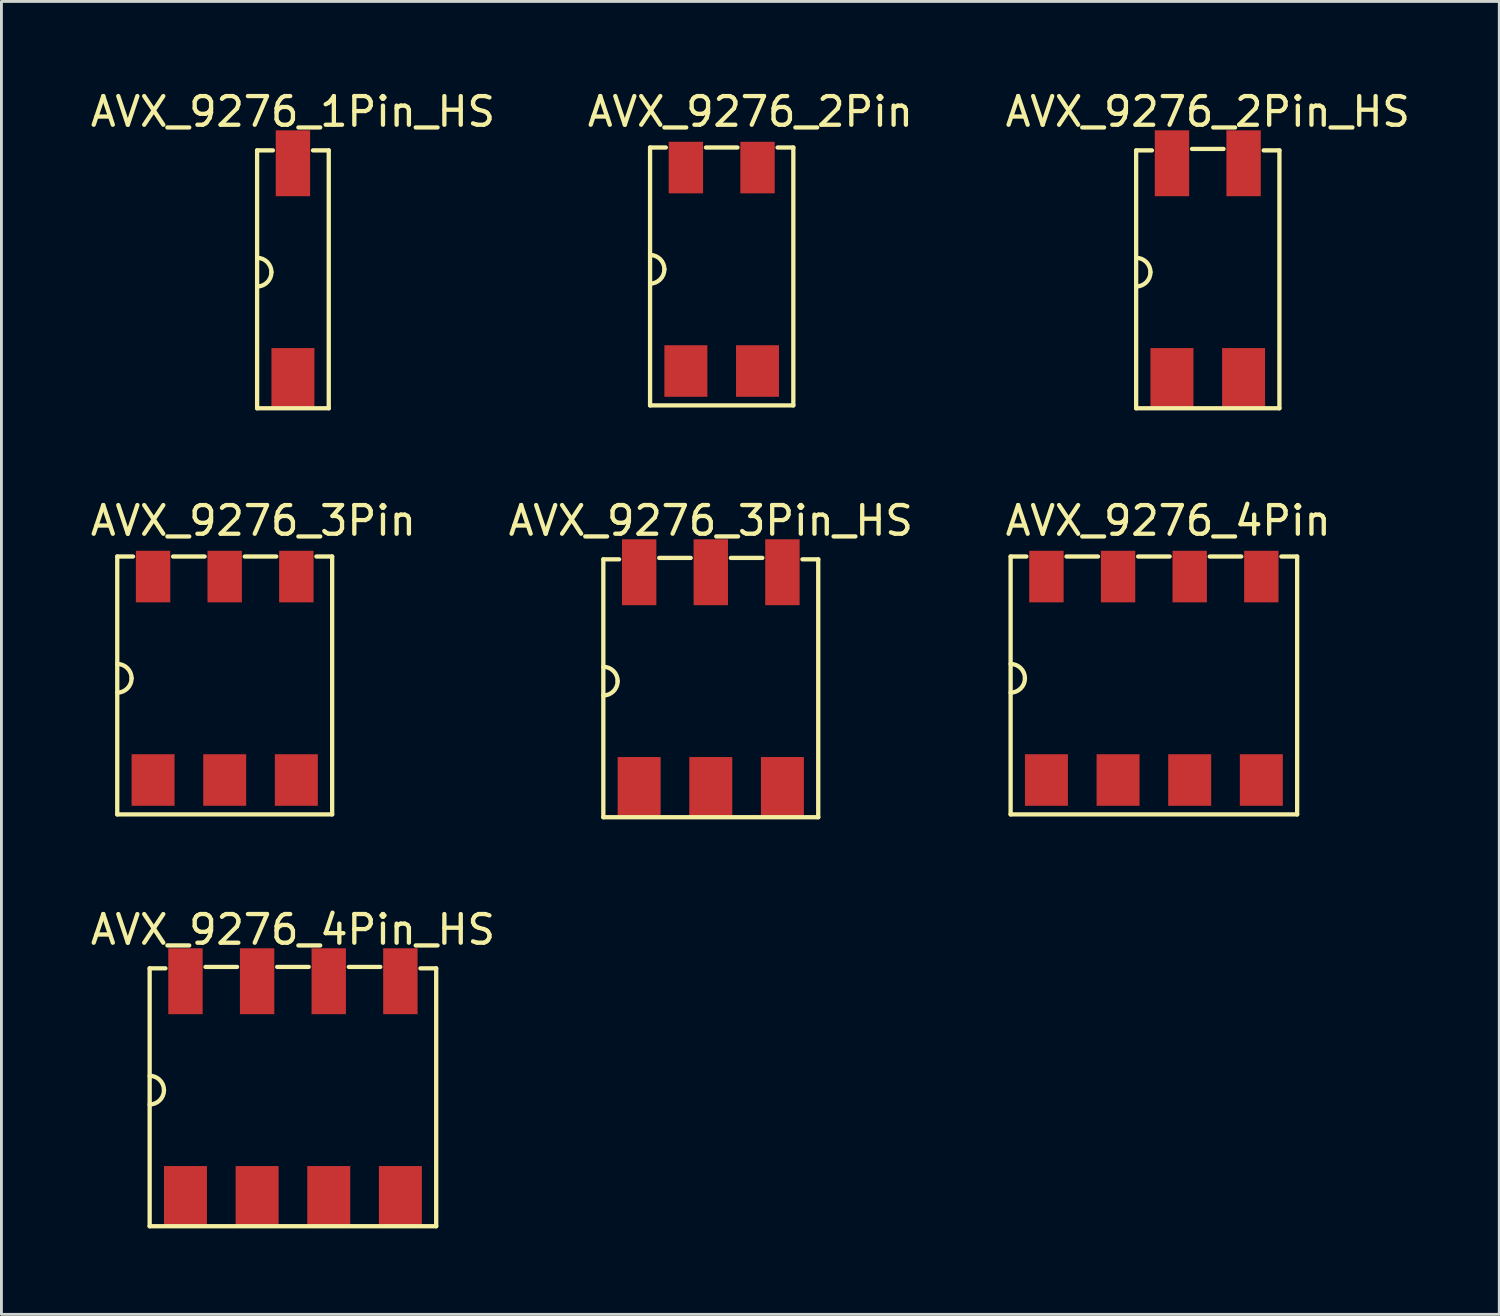
<source format=kicad_pcb>
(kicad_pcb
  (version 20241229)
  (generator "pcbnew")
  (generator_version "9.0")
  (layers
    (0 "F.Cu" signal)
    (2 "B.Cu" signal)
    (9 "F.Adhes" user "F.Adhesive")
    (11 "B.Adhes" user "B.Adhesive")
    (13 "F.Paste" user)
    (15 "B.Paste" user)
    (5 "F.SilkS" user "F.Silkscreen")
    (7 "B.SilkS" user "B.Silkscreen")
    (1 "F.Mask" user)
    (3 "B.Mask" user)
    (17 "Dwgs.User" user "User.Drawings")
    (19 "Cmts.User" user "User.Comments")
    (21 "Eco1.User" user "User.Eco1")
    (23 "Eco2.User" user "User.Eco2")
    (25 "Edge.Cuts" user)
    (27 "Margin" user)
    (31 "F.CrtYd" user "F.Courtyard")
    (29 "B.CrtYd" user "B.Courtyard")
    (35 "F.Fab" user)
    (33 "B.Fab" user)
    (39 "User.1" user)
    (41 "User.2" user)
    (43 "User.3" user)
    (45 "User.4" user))
  (footprint "AVX_9276_1Pin_HS"
    (layer "F.Cu")
    (at 7.173 6.448)
    (property "Reference" "AVX_9276_1Pin_HS" (at 0 -5.6 0) (layer "F.SilkS") (effects (font (size 1 1) (thickness 0.15))))
    (attr through_hole)
    (fp_line (start -1.25 -4.25) (end -1.25 4.75) (stroke (width 0.15) (type solid)) (layer "F.SilkS"))
    (fp_line (start -1.25 -4.25) (end -0.7 -4.25) (stroke (width 0.15) (type solid)) (layer "F.SilkS"))
    (fp_line (start -1.25 4.75) (end 1.25 4.75) (stroke (width 0.15) (type solid)) (layer "F.SilkS"))
    (fp_line (start 1.25 -4.25) (end 0.7 -4.25) (stroke (width 0.15) (type solid)) (layer "F.SilkS"))
    (fp_line (start 1.25 4.75) (end 1.25 -4.25) (stroke (width 0.15) (type solid)) (layer "F.SilkS"))
    (fp_arc (start -1.25 -0.5) (mid -0.896447 -0.353553) (end -0.75 0) (stroke (width 0.15) (type solid)) (layer "F.SilkS"))
    (fp_arc (start -0.75 0) (mid -0.896447 0.353553) (end -1.25 0.5) (stroke (width 0.15) (type solid)) (layer "F.SilkS"))
    (pad "1" smd rect (at 0 -3.8) (size 1.2 2.3) (layers "F.Cu" "F.Mask" "F.Paste"))
    (pad "1" smd rect (at 0 3.7) (size 1.5 2.1) (layers "F.Cu" "F.Mask" "F.Paste")))
  (footprint "AVX_9276_4Pin_HS"
    (layer "F.Cu")
    (at 7.173 34.995)
    (property "Reference" "AVX_9276_4Pin_HS" (at 0 -5.6 0) (layer "F.SilkS") (effects (font (size 1 1) (thickness 0.15))))
    (attr through_hole)
    (fp_line (start -5 -4.25) (end -5 4.75) (stroke (width 0.15) (type solid)) (layer "F.SilkS"))
    (fp_line (start -5 -4.25) (end -4.45 -4.25) (stroke (width 0.15) (type solid)) (layer "F.SilkS"))
    (fp_line (start -5 4.75) (end 5 4.75) (stroke (width 0.15) (type solid)) (layer "F.SilkS"))
    (fp_line (start -1.95 -4.3) (end -3.05 -4.3) (stroke (width 0.15) (type solid)) (layer "F.SilkS"))
    (fp_line (start 0.55 -4.3) (end -0.55 -4.3) (stroke (width 0.15) (type solid)) (layer "F.SilkS"))
    (fp_line (start 3.05 -4.3) (end 1.95 -4.3) (stroke (width 0.15) (type solid)) (layer "F.SilkS"))
    (fp_line (start 5 -4.25) (end 4.45 -4.25) (stroke (width 0.15) (type solid)) (layer "F.SilkS"))
    (fp_line (start 5 4.75) (end 5 -4.25) (stroke (width 0.15) (type solid)) (layer "F.SilkS"))
    (fp_arc (start -5 -0.5) (mid -4.646447 -0.353553) (end -4.5 0) (stroke (width 0.15) (type solid)) (layer "F.SilkS"))
    (fp_arc (start -4.5 0) (mid -4.646447 0.353553) (end -5 0.5) (stroke (width 0.15) (type solid)) (layer "F.SilkS"))
    (pad "1" smd rect (at -3.75 -3.8) (size 1.2 2.3) (layers "F.Cu" "F.Mask" "F.Paste"))
    (pad "1" smd rect (at -3.75 3.7) (size 1.5 2.1) (layers "F.Cu" "F.Mask" "F.Paste"))
    (pad "2" smd rect (at -1.25 -3.8) (size 1.2 2.3) (layers "F.Cu" "F.Mask" "F.Paste"))
    (pad "2" smd rect (at -1.25 3.7) (size 1.5 2.1) (layers "F.Cu" "F.Mask" "F.Paste"))
    (pad "3" smd rect (at 1.25 -3.8) (size 1.2 2.3) (layers "F.Cu" "F.Mask" "F.Paste"))
    (pad "3" smd rect (at 1.25 3.7) (size 1.5 2.1) (layers "F.Cu" "F.Mask" "F.Paste"))
    (pad "4" smd rect (at 3.75 -3.8) (size 1.2 2.3) (layers "F.Cu" "F.Mask" "F.Paste"))
    (pad "4" smd rect (at 3.75 3.7) (size 1.5 2.1) (layers "F.Cu" "F.Mask" "F.Paste")))
  (footprint "AVX_9276_2Pin_HS"
    (layer "F.Cu")
    (at 39.101 6.448)
    (property "Reference" "AVX_9276_2Pin_HS" (at 0 -5.6 0) (layer "F.SilkS") (effects (font (size 1 1) (thickness 0.15))))
    (attr through_hole)
    (fp_line (start -2.5 -4.25) (end -2.5 4.75) (stroke (width 0.15) (type solid)) (layer "F.SilkS"))
    (fp_line (start -2.5 -4.25) (end -1.95 -4.25) (stroke (width 0.15) (type solid)) (layer "F.SilkS"))
    (fp_line (start -2.5 4.75) (end 2.5 4.75) (stroke (width 0.15) (type solid)) (layer "F.SilkS"))
    (fp_line (start 0.55 -4.3) (end -0.55 -4.3) (stroke (width 0.15) (type solid)) (layer "F.SilkS"))
    (fp_line (start 2.5 -4.25) (end 1.95 -4.25) (stroke (width 0.15) (type solid)) (layer "F.SilkS"))
    (fp_line (start 2.5 4.75) (end 2.5 -4.25) (stroke (width 0.15) (type solid)) (layer "F.SilkS"))
    (fp_arc (start -2.5 -0.5) (mid -2.146447 -0.353553) (end -2 0) (stroke (width 0.15) (type solid)) (layer "F.SilkS"))
    (fp_arc (start -2 0) (mid -2.146447 0.353553) (end -2.5 0.5) (stroke (width 0.15) (type solid)) (layer "F.SilkS"))
    (pad "1" smd rect (at -1.25 -3.8) (size 1.2 2.3) (layers "F.Cu" "F.Mask" "F.Paste"))
    (pad "1" smd rect (at -1.25 3.7) (size 1.5 2.1) (layers "F.Cu" "F.Mask" "F.Paste"))
    (pad "2" smd rect (at 1.25 -3.8) (size 1.2 2.3) (layers "F.Cu" "F.Mask" "F.Paste"))
    (pad "2" smd rect (at 1.25 3.7) (size 1.5 2.1) (layers "F.Cu" "F.Mask" "F.Paste")))
  (footprint "AVX_9276_2Pin"
    (layer "F.Cu")
    (at 22.137 6.348)
    (property "Reference" "AVX_9276_2Pin" (at 1 -5.5 0) (layer "F.SilkS") (effects (font (size 1 1) (thickness 0.15))))
    (attr through_hole)
    (fp_line (start -2.5 -4.25) (end -2.5 4.75) (stroke (width 0.15) (type solid)) (layer "F.SilkS"))
    (fp_line (start -2.5 -4.25) (end -1.95 -4.25) (stroke (width 0.15) (type solid)) (layer "F.SilkS"))
    (fp_line (start -2.5 4.75) (end 2.5 4.75) (stroke (width 0.15) (type solid)) (layer "F.SilkS"))
    (fp_line (start 0.55 -4.25) (end -0.55 -4.25) (stroke (width 0.15) (type solid)) (layer "F.SilkS"))
    (fp_line (start 2.5 -4.25) (end 1.95 -4.25) (stroke (width 0.15) (type solid)) (layer "F.SilkS"))
    (fp_line (start 2.5 4.75) (end 2.5 -4.25) (stroke (width 0.15) (type solid)) (layer "F.SilkS"))
    (fp_arc (start -2.5 -0.5) (mid -2.146447 -0.353553) (end -2 0) (stroke (width 0.15) (type solid)) (layer "F.SilkS"))
    (fp_arc (start -2 0) (mid -2.146447 0.353553) (end -2.5 0.5) (stroke (width 0.15) (type solid)) (layer "F.SilkS"))
    (pad "1" smd rect (at -1.25 -3.55) (size 1.2 1.8) (layers "F.Cu" "F.Mask" "F.Paste"))
    (pad "1" smd rect (at -1.25 3.55) (size 1.5 1.8) (layers "F.Cu" "F.Mask" "F.Paste"))
    (pad "2" smd rect (at 1.25 -3.55) (size 1.2 1.8) (layers "F.Cu" "F.Mask" "F.Paste"))
    (pad "2" smd rect (at 1.25 3.55) (size 1.5 1.8) (layers "F.Cu" "F.Mask" "F.Paste")))
  (footprint "AVX_9276_3Pin"
    (layer "F.Cu")
    (at 4.792 20.622)
    (property "Reference" "AVX_9276_3Pin" (at 1 -5.5 0) (layer "F.SilkS") (effects (font (size 1 1) (thickness 0.15))))
    (attr through_hole)
    (fp_line (start -3.75 -4.25) (end -3.75 4.75) (stroke (width 0.15) (type solid)) (layer "F.SilkS"))
    (fp_line (start -3.75 -4.25) (end -3.2 -4.25) (stroke (width 0.15) (type solid)) (layer "F.SilkS"))
    (fp_line (start -3.75 4.75) (end 3.75 4.75) (stroke (width 0.15) (type solid)) (layer "F.SilkS"))
    (fp_line (start -0.7 -4.25) (end -1.8 -4.25) (stroke (width 0.15) (type solid)) (layer "F.SilkS"))
    (fp_line (start 1.8 -4.25) (end 0.7 -4.25) (stroke (width 0.15) (type solid)) (layer "F.SilkS"))
    (fp_line (start 3.75 -4.25) (end 3.2 -4.25) (stroke (width 0.15) (type solid)) (layer "F.SilkS"))
    (fp_line (start 3.75 4.75) (end 3.75 -4.25) (stroke (width 0.15) (type solid)) (layer "F.SilkS"))
    (fp_arc (start -3.75 -0.5) (mid -3.396447 -0.353553) (end -3.25 0) (stroke (width 0.15) (type solid)) (layer "F.SilkS"))
    (fp_arc (start -3.25 0) (mid -3.396447 0.353553) (end -3.75 0.5) (stroke (width 0.15) (type solid)) (layer "F.SilkS"))
    (pad "1" smd rect (at -2.5 -3.55) (size 1.2 1.8) (layers "F.Cu" "F.Mask" "F.Paste"))
    (pad "1" smd rect (at -2.5 3.55) (size 1.5 1.8) (layers "F.Cu" "F.Mask" "F.Paste"))
    (pad "2" smd rect (at 0 -3.55) (size 1.2 1.8) (layers "F.Cu" "F.Mask" "F.Paste"))
    (pad "2" smd rect (at 0 3.55) (size 1.5 1.8) (layers "F.Cu" "F.Mask" "F.Paste"))
    (pad "3" smd rect (at 2.5 -3.55) (size 1.2 1.8) (layers "F.Cu" "F.Mask" "F.Paste"))
    (pad "3" smd rect (at 2.5 3.55) (size 1.5 1.8) (layers "F.Cu" "F.Mask" "F.Paste")))
  (footprint "AVX_9276_3Pin_HS"
    (layer "F.Cu")
    (at 21.756 20.721)
    (property "Reference" "AVX_9276_3Pin_HS" (at 0 -5.6 0) (layer "F.SilkS") (effects (font (size 1 1) (thickness 0.15))))
    (attr through_hole)
    (fp_line (start -3.75 -4.25) (end -3.75 4.75) (stroke (width 0.15) (type solid)) (layer "F.SilkS"))
    (fp_line (start -3.75 -4.25) (end -3.2 -4.25) (stroke (width 0.15) (type solid)) (layer "F.SilkS"))
    (fp_line (start -3.75 4.75) (end 3.75 4.75) (stroke (width 0.15) (type solid)) (layer "F.SilkS"))
    (fp_line (start -0.7 -4.3) (end -1.8 -4.3) (stroke (width 0.15) (type solid)) (layer "F.SilkS"))
    (fp_line (start 1.8 -4.3) (end 0.7 -4.3) (stroke (width 0.15) (type solid)) (layer "F.SilkS"))
    (fp_line (start 3.75 -4.25) (end 3.2 -4.25) (stroke (width 0.15) (type solid)) (layer "F.SilkS"))
    (fp_line (start 3.75 4.75) (end 3.75 -4.25) (stroke (width 0.15) (type solid)) (layer "F.SilkS"))
    (fp_arc (start -3.75 -0.5) (mid -3.396447 -0.353553) (end -3.25 0) (stroke (width 0.15) (type solid)) (layer "F.SilkS"))
    (fp_arc (start -3.25 0) (mid -3.396447 0.353553) (end -3.75 0.5) (stroke (width 0.15) (type solid)) (layer "F.SilkS"))
    (pad "1" smd rect (at -2.5 -3.8) (size 1.2 2.3) (layers "F.Cu" "F.Mask" "F.Paste"))
    (pad "1" smd rect (at -2.5 3.7) (size 1.5 2.1) (layers "F.Cu" "F.Mask" "F.Paste"))
    (pad "2" smd rect (at 0 -3.8) (size 1.2 2.3) (layers "F.Cu" "F.Mask" "F.Paste"))
    (pad "2" smd rect (at 0 3.7) (size 1.5 2.1) (layers "F.Cu" "F.Mask" "F.Paste"))
    (pad "3" smd rect (at 2.5 -3.8) (size 1.2 2.3) (layers "F.Cu" "F.Mask" "F.Paste"))
    (pad "3" smd rect (at 2.5 3.7) (size 1.5 2.1) (layers "F.Cu" "F.Mask" "F.Paste")))
  (footprint "AVX_9276_4Pin"
    (layer "F.Cu")
    (at 37.22 20.622)
    (property "Reference" "AVX_9276_4Pin" (at 0.5 -5.5 0) (layer "F.SilkS") (effects (font (size 1 1) (thickness 0.15))))
    (attr through_hole)
    (fp_line (start -5 -4.25) (end -5 4.75) (stroke (width 0.15) (type solid)) (layer "F.SilkS"))
    (fp_line (start -5 -4.25) (end -4.45 -4.25) (stroke (width 0.15) (type solid)) (layer "F.SilkS"))
    (fp_line (start -5 4.75) (end 5 4.75) (stroke (width 0.15) (type solid)) (layer "F.SilkS"))
    (fp_line (start -1.95 -4.25) (end -3.05 -4.25) (stroke (width 0.15) (type solid)) (layer "F.SilkS"))
    (fp_line (start 0.55 -4.25) (end -0.55 -4.25) (stroke (width 0.15) (type solid)) (layer "F.SilkS"))
    (fp_line (start 3.05 -4.25) (end 1.95 -4.25) (stroke (width 0.15) (type solid)) (layer "F.SilkS"))
    (fp_line (start 5 -4.25) (end 4.45 -4.25) (stroke (width 0.15) (type solid)) (layer "F.SilkS"))
    (fp_line (start 5 4.75) (end 5 -4.25) (stroke (width 0.15) (type solid)) (layer "F.SilkS"))
    (fp_arc (start -5 -0.5) (mid -4.646447 -0.353553) (end -4.5 0) (stroke (width 0.15) (type solid)) (layer "F.SilkS"))
    (fp_arc (start -4.5 0) (mid -4.646447 0.353553) (end -5 0.5) (stroke (width 0.15) (type solid)) (layer "F.SilkS"))
    (pad "1" smd rect (at -3.75 -3.55) (size 1.2 1.8) (layers "F.Cu" "F.Mask" "F.Paste"))
    (pad "1" smd rect (at -3.75 3.55) (size 1.5 1.8) (layers "F.Cu" "F.Mask" "F.Paste"))
    (pad "2" smd rect (at -1.25 -3.55) (size 1.2 1.8) (layers "F.Cu" "F.Mask" "F.Paste"))
    (pad "2" smd rect (at -1.25 3.55) (size 1.5 1.8) (layers "F.Cu" "F.Mask" "F.Paste"))
    (pad "3" smd rect (at 1.25 -3.55) (size 1.2 1.8) (layers "F.Cu" "F.Mask" "F.Paste"))
    (pad "3" smd rect (at 1.25 3.55) (size 1.5 1.8) (layers "F.Cu" "F.Mask" "F.Paste"))
    (pad "4" smd rect (at 3.75 -3.55) (size 1.2 1.8) (layers "F.Cu" "F.Mask" "F.Paste"))
    (pad "4" smd rect (at 3.75 3.55) (size 1.5 1.8) (layers "F.Cu" "F.Mask" "F.Paste")))
  (gr_rect
    (start -3 -3)
    (end 49.274 42.82)
    (stroke (width 0.1) (type default))
    (fill no)
    (layer "Edge.Cuts")))
</source>
